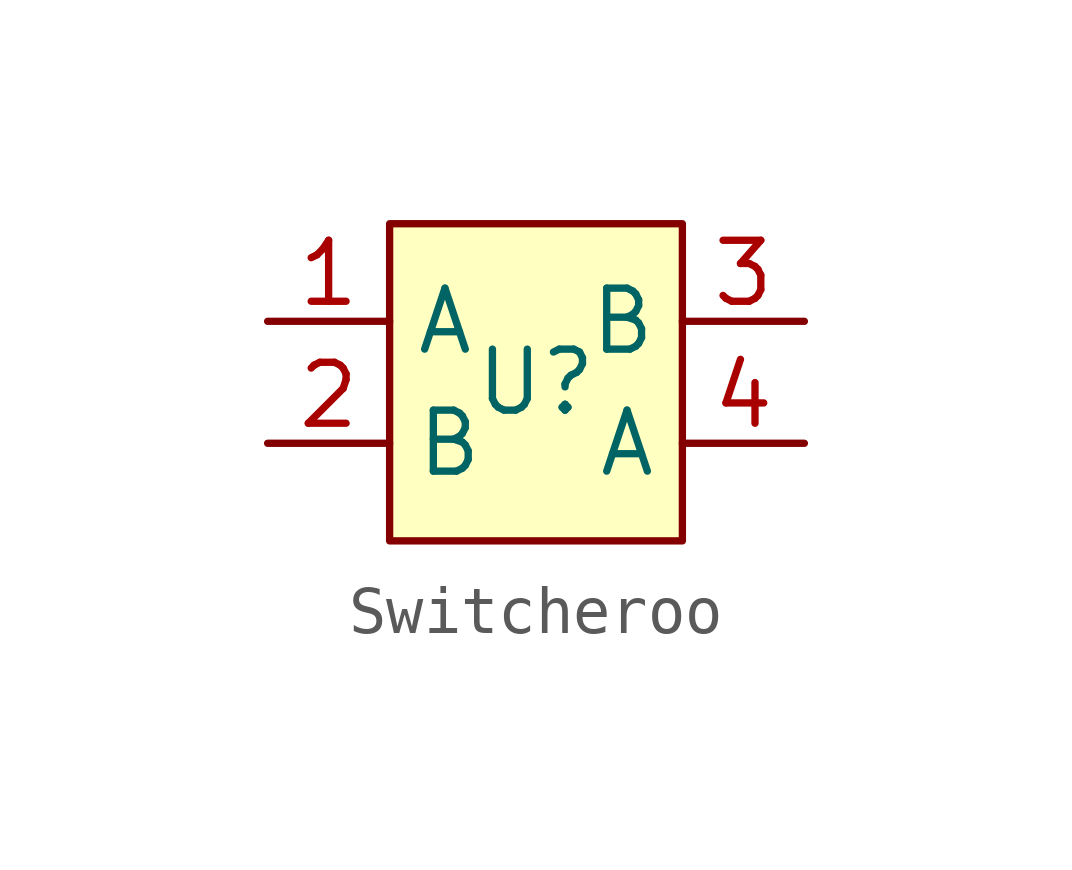
<source format=kicad_sym>
(kicad_symbol_lib
  (version 20220914)
  (generator kicad_symbol_editor)
  (symbol "Switcheroo"
    (property "Reference" "U"
      (at 0 0 0)
      (effects (font (size 1.27 1.27))))
    (property "Value" ""
      (at 0 0 0)
      (effects (font (size 1.27 1.27))))
    (symbol "Switcheroo_1_1"
      (rectangle (start -3.048 3.302) (end 3.048 -3.302) (stroke (width 0) (type default)) (fill (type background)))
      (pin input line (at -5.588 1.27 0) (length 2.54) (name "A" (effects (font (size 1.27 1.27)))) (number "1" (effects (font (size 1.27 1.27)))))
      (pin input line (at -5.588 -1.27 0) (length 2.54) (name "B" (effects (font (size 1.27 1.27)))) (number "2" (effects (font (size 1.27 1.27)))))
      (pin input line (at 5.588 1.27 180) (length 2.54) (name "B" (effects (font (size 1.27 1.27)))) (number "3" (effects (font (size 1.27 1.27)))))
      (pin input line (at 5.588 -1.27 180) (length 2.54) (name "A" (effects (font (size 1.27 1.27)))) (number "4" (effects (font (size 1.27 1.27))))))))
</source>
